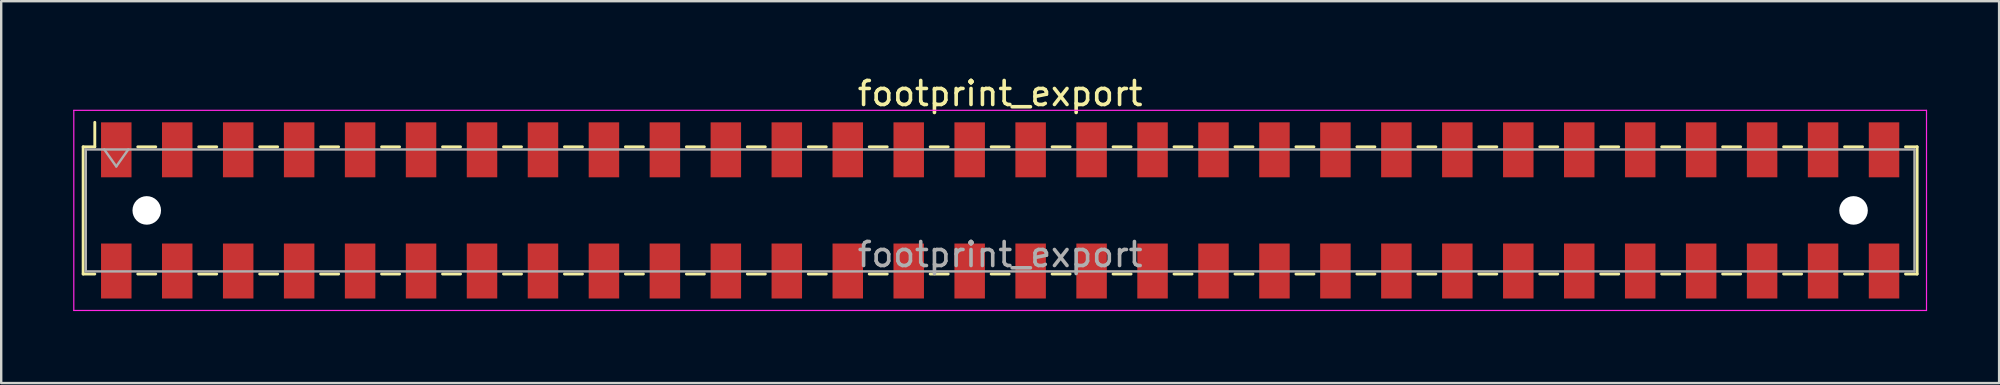
<source format=kicad_pcb>
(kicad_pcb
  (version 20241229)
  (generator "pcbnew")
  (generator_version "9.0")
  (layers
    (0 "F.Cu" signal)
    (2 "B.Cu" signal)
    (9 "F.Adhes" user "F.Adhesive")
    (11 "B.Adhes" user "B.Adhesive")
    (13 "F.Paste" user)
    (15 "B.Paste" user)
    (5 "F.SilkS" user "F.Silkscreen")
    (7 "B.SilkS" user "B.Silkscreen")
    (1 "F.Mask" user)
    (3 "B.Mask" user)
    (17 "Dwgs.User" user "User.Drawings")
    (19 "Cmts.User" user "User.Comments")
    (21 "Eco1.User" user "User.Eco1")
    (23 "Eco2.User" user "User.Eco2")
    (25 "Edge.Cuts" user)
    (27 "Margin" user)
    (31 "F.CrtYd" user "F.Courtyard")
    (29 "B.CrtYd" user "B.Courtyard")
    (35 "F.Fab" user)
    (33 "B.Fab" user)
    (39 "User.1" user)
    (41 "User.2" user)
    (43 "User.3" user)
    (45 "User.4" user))
  (footprint "footprint_export"
    (layer "F.Cu")
    (at 38.625 5.718)
    (property "Reference" "footprint_export" (at 0 -4.87 0) (layer "F.SilkS") (effects (font (size 1 1) (thickness 0.15))))
    (attr smd)
    (fp_line (start -38.21 -2.65) (end -38.21 2.65) (stroke (width 0.12) (type solid)) (layer "F.SilkS"))
    (fp_line (start -38.21 2.65) (end -37.725 2.65) (stroke (width 0.12) (type solid)) (layer "F.SilkS"))
    (fp_line (start -37.725 -3.67) (end -37.725 -2.65) (stroke (width 0.12) (type solid)) (layer "F.SilkS"))
    (fp_line (start -37.725 -2.65) (end -38.21 -2.65) (stroke (width 0.12) (type solid)) (layer "F.SilkS"))
    (fp_line (start -35.935 -2.65) (end -35.185 -2.65) (stroke (width 0.12) (type solid)) (layer "F.SilkS"))
    (fp_line (start -35.935 2.65) (end -35.185 2.65) (stroke (width 0.12) (type solid)) (layer "F.SilkS"))
    (fp_line (start -33.395 -2.65) (end -32.645 -2.65) (stroke (width 0.12) (type solid)) (layer "F.SilkS"))
    (fp_line (start -33.395 2.65) (end -32.645 2.65) (stroke (width 0.12) (type solid)) (layer "F.SilkS"))
    (fp_line (start -30.855 -2.65) (end -30.105 -2.65) (stroke (width 0.12) (type solid)) (layer "F.SilkS"))
    (fp_line (start -30.855 2.65) (end -30.105 2.65) (stroke (width 0.12) (type solid)) (layer "F.SilkS"))
    (fp_line (start -28.315 -2.65) (end -27.565 -2.65) (stroke (width 0.12) (type solid)) (layer "F.SilkS"))
    (fp_line (start -28.315 2.65) (end -27.565 2.65) (stroke (width 0.12) (type solid)) (layer "F.SilkS"))
    (fp_line (start -25.775 -2.65) (end -25.025 -2.65) (stroke (width 0.12) (type solid)) (layer "F.SilkS"))
    (fp_line (start -25.775 2.65) (end -25.025 2.65) (stroke (width 0.12) (type solid)) (layer "F.SilkS"))
    (fp_line (start -23.235 -2.65) (end -22.485 -2.65) (stroke (width 0.12) (type solid)) (layer "F.SilkS"))
    (fp_line (start -23.235 2.65) (end -22.485 2.65) (stroke (width 0.12) (type solid)) (layer "F.SilkS"))
    (fp_line (start -20.695 -2.65) (end -19.945 -2.65) (stroke (width 0.12) (type solid)) (layer "F.SilkS"))
    (fp_line (start -20.695 2.65) (end -19.945 2.65) (stroke (width 0.12) (type solid)) (layer "F.SilkS"))
    (fp_line (start -18.155 -2.65) (end -17.405 -2.65) (stroke (width 0.12) (type solid)) (layer "F.SilkS"))
    (fp_line (start -18.155 2.65) (end -17.405 2.65) (stroke (width 0.12) (type solid)) (layer "F.SilkS"))
    (fp_line (start -15.615 -2.65) (end -14.865 -2.65) (stroke (width 0.12) (type solid)) (layer "F.SilkS"))
    (fp_line (start -15.615 2.65) (end -14.865 2.65) (stroke (width 0.12) (type solid)) (layer "F.SilkS"))
    (fp_line (start -13.075 -2.65) (end -12.325 -2.65) (stroke (width 0.12) (type solid)) (layer "F.SilkS"))
    (fp_line (start -13.075 2.65) (end -12.325 2.65) (stroke (width 0.12) (type solid)) (layer "F.SilkS"))
    (fp_line (start -10.535 -2.65) (end -9.785 -2.65) (stroke (width 0.12) (type solid)) (layer "F.SilkS"))
    (fp_line (start -10.535 2.65) (end -9.785 2.65) (stroke (width 0.12) (type solid)) (layer "F.SilkS"))
    (fp_line (start -7.995 -2.65) (end -7.245 -2.65) (stroke (width 0.12) (type solid)) (layer "F.SilkS"))
    (fp_line (start -7.995 2.65) (end -7.245 2.65) (stroke (width 0.12) (type solid)) (layer "F.SilkS"))
    (fp_line (start -5.455 -2.65) (end -4.705 -2.65) (stroke (width 0.12) (type solid)) (layer "F.SilkS"))
    (fp_line (start -5.455 2.65) (end -4.705 2.65) (stroke (width 0.12) (type solid)) (layer "F.SilkS"))
    (fp_line (start -2.915 -2.65) (end -2.165 -2.65) (stroke (width 0.12) (type solid)) (layer "F.SilkS"))
    (fp_line (start -2.915 2.65) (end -2.165 2.65) (stroke (width 0.12) (type solid)) (layer "F.SilkS"))
    (fp_line (start -0.375 -2.65) (end 0.375 -2.65) (stroke (width 0.12) (type solid)) (layer "F.SilkS"))
    (fp_line (start -0.375 2.65) (end 0.375 2.65) (stroke (width 0.12) (type solid)) (layer "F.SilkS"))
    (fp_line (start 2.165 -2.65) (end 2.915 -2.65) (stroke (width 0.12) (type solid)) (layer "F.SilkS"))
    (fp_line (start 2.165 2.65) (end 2.915 2.65) (stroke (width 0.12) (type solid)) (layer "F.SilkS"))
    (fp_line (start 4.705 -2.65) (end 5.455 -2.65) (stroke (width 0.12) (type solid)) (layer "F.SilkS"))
    (fp_line (start 4.705 2.65) (end 5.455 2.65) (stroke (width 0.12) (type solid)) (layer "F.SilkS"))
    (fp_line (start 7.245 -2.65) (end 7.995 -2.65) (stroke (width 0.12) (type solid)) (layer "F.SilkS"))
    (fp_line (start 7.245 2.65) (end 7.995 2.65) (stroke (width 0.12) (type solid)) (layer "F.SilkS"))
    (fp_line (start 9.785 -2.65) (end 10.535 -2.65) (stroke (width 0.12) (type solid)) (layer "F.SilkS"))
    (fp_line (start 9.785 2.65) (end 10.535 2.65) (stroke (width 0.12) (type solid)) (layer "F.SilkS"))
    (fp_line (start 12.325 -2.65) (end 13.075 -2.65) (stroke (width 0.12) (type solid)) (layer "F.SilkS"))
    (fp_line (start 12.325 2.65) (end 13.075 2.65) (stroke (width 0.12) (type solid)) (layer "F.SilkS"))
    (fp_line (start 14.865 -2.65) (end 15.615 -2.65) (stroke (width 0.12) (type solid)) (layer "F.SilkS"))
    (fp_line (start 14.865 2.65) (end 15.615 2.65) (stroke (width 0.12) (type solid)) (layer "F.SilkS"))
    (fp_line (start 17.405 -2.65) (end 18.155 -2.65) (stroke (width 0.12) (type solid)) (layer "F.SilkS"))
    (fp_line (start 17.405 2.65) (end 18.155 2.65) (stroke (width 0.12) (type solid)) (layer "F.SilkS"))
    (fp_line (start 19.945 -2.65) (end 20.695 -2.65) (stroke (width 0.12) (type solid)) (layer "F.SilkS"))
    (fp_line (start 19.945 2.65) (end 20.695 2.65) (stroke (width 0.12) (type solid)) (layer "F.SilkS"))
    (fp_line (start 22.485 -2.65) (end 23.235 -2.65) (stroke (width 0.12) (type solid)) (layer "F.SilkS"))
    (fp_line (start 22.485 2.65) (end 23.235 2.65) (stroke (width 0.12) (type solid)) (layer "F.SilkS"))
    (fp_line (start 25.025 -2.65) (end 25.775 -2.65) (stroke (width 0.12) (type solid)) (layer "F.SilkS"))
    (fp_line (start 25.025 2.65) (end 25.775 2.65) (stroke (width 0.12) (type solid)) (layer "F.SilkS"))
    (fp_line (start 27.565 -2.65) (end 28.315 -2.65) (stroke (width 0.12) (type solid)) (layer "F.SilkS"))
    (fp_line (start 27.565 2.65) (end 28.315 2.65) (stroke (width 0.12) (type solid)) (layer "F.SilkS"))
    (fp_line (start 30.105 -2.65) (end 30.855 -2.65) (stroke (width 0.12) (type solid)) (layer "F.SilkS"))
    (fp_line (start 30.105 2.65) (end 30.855 2.65) (stroke (width 0.12) (type solid)) (layer "F.SilkS"))
    (fp_line (start 32.645 -2.65) (end 33.395 -2.65) (stroke (width 0.12) (type solid)) (layer "F.SilkS"))
    (fp_line (start 32.645 2.65) (end 33.395 2.65) (stroke (width 0.12) (type solid)) (layer "F.SilkS"))
    (fp_line (start 35.185 -2.65) (end 35.935 -2.65) (stroke (width 0.12) (type solid)) (layer "F.SilkS"))
    (fp_line (start 35.185 2.65) (end 35.935 2.65) (stroke (width 0.12) (type solid)) (layer "F.SilkS"))
    (fp_line (start 37.725 -2.65) (end 38.21 -2.65) (stroke (width 0.12) (type solid)) (layer "F.SilkS"))
    (fp_line (start 38.21 -2.65) (end 38.21 2.65) (stroke (width 0.12) (type solid)) (layer "F.SilkS"))
    (fp_line (start 38.21 2.65) (end 37.725 2.65) (stroke (width 0.12) (type solid)) (layer "F.SilkS"))
    (fp_line (start -38.6 -4.17) (end 38.6 -4.17) (stroke (width 0.05) (type solid)) (layer "F.CrtYd"))
    (fp_line (start -38.6 4.17) (end -38.6 -4.17) (stroke (width 0.05) (type solid)) (layer "F.CrtYd"))
    (fp_line (start 38.6 -4.17) (end 38.6 4.17) (stroke (width 0.05) (type solid)) (layer "F.CrtYd"))
    (fp_line (start 38.6 4.17) (end -38.6 4.17) (stroke (width 0.05) (type solid)) (layer "F.CrtYd"))
    (fp_line (start -38.1 -2.54) (end 38.1 -2.54) (stroke (width 0.1) (type solid)) (layer "F.Fab"))
    (fp_line (start -38.1 2.54) (end -38.1 -2.54) (stroke (width 0.1) (type solid)) (layer "F.Fab"))
    (fp_line (start -37.33 -2.54) (end -36.83 -1.833) (stroke (width 0.1) (type solid)) (layer "F.Fab"))
    (fp_line (start -36.83 -1.833) (end -36.33 -2.54) (stroke (width 0.1) (type solid)) (layer "F.Fab"))
    (fp_line (start 38.1 -2.54) (end 38.1 2.54) (stroke (width 0.1) (type solid)) (layer "F.Fab"))
    (fp_line (start 38.1 2.54) (end -38.1 2.54) (stroke (width 0.1) (type solid)) (layer "F.Fab"))
    (fp_text user "${REFERENCE}" (at 0 1.84 0) (layer "F.Fab") (effects (font (size 1 1) (thickness 0.15))))
    (pad "" np_thru_hole circle (at -35.56 0) (size 1.19 1.19) (drill 1.19) (layers "*.Cu" "*.Mask"))
    (pad "" np_thru_hole circle (at 35.56 0) (size 1.19 1.19) (drill 1.19) (layers "*.Cu" "*.Mask"))
    (pad "1" smd rect (at -36.83 -2.525) (size 1.27 2.29) (layers "F.Cu" "F.Mask" "F.Paste"))
    (pad "2" smd rect (at -36.83 2.525) (size 1.27 2.29) (layers "F.Cu" "F.Mask" "F.Paste"))
    (pad "3" smd rect (at -34.29 -2.525) (size 1.27 2.29) (layers "F.Cu" "F.Mask" "F.Paste"))
    (pad "4" smd rect (at -34.29 2.525) (size 1.27 2.29) (layers "F.Cu" "F.Mask" "F.Paste"))
    (pad "5" smd rect (at -31.75 -2.525) (size 1.27 2.29) (layers "F.Cu" "F.Mask" "F.Paste"))
    (pad "6" smd rect (at -31.75 2.525) (size 1.27 2.29) (layers "F.Cu" "F.Mask" "F.Paste"))
    (pad "7" smd rect (at -29.21 -2.525) (size 1.27 2.29) (layers "F.Cu" "F.Mask" "F.Paste"))
    (pad "8" smd rect (at -29.21 2.525) (size 1.27 2.29) (layers "F.Cu" "F.Mask" "F.Paste"))
    (pad "9" smd rect (at -26.67 -2.525) (size 1.27 2.29) (layers "F.Cu" "F.Mask" "F.Paste"))
    (pad "10" smd rect (at -26.67 2.525) (size 1.27 2.29) (layers "F.Cu" "F.Mask" "F.Paste"))
    (pad "11" smd rect (at -24.13 -2.525) (size 1.27 2.29) (layers "F.Cu" "F.Mask" "F.Paste"))
    (pad "12" smd rect (at -24.13 2.525) (size 1.27 2.29) (layers "F.Cu" "F.Mask" "F.Paste"))
    (pad "13" smd rect (at -21.59 -2.525) (size 1.27 2.29) (layers "F.Cu" "F.Mask" "F.Paste"))
    (pad "14" smd rect (at -21.59 2.525) (size 1.27 2.29) (layers "F.Cu" "F.Mask" "F.Paste"))
    (pad "15" smd rect (at -19.05 -2.525) (size 1.27 2.29) (layers "F.Cu" "F.Mask" "F.Paste"))
    (pad "16" smd rect (at -19.05 2.525) (size 1.27 2.29) (layers "F.Cu" "F.Mask" "F.Paste"))
    (pad "17" smd rect (at -16.51 -2.525) (size 1.27 2.29) (layers "F.Cu" "F.Mask" "F.Paste"))
    (pad "18" smd rect (at -16.51 2.525) (size 1.27 2.29) (layers "F.Cu" "F.Mask" "F.Paste"))
    (pad "19" smd rect (at -13.97 -2.525) (size 1.27 2.29) (layers "F.Cu" "F.Mask" "F.Paste"))
    (pad "20" smd rect (at -13.97 2.525) (size 1.27 2.29) (layers "F.Cu" "F.Mask" "F.Paste"))
    (pad "21" smd rect (at -11.43 -2.525) (size 1.27 2.29) (layers "F.Cu" "F.Mask" "F.Paste"))
    (pad "22" smd rect (at -11.43 2.525) (size 1.27 2.29) (layers "F.Cu" "F.Mask" "F.Paste"))
    (pad "23" smd rect (at -8.89 -2.525) (size 1.27 2.29) (layers "F.Cu" "F.Mask" "F.Paste"))
    (pad "24" smd rect (at -8.89 2.525) (size 1.27 2.29) (layers "F.Cu" "F.Mask" "F.Paste"))
    (pad "25" smd rect (at -6.35 -2.525) (size 1.27 2.29) (layers "F.Cu" "F.Mask" "F.Paste"))
    (pad "26" smd rect (at -6.35 2.525) (size 1.27 2.29) (layers "F.Cu" "F.Mask" "F.Paste"))
    (pad "27" smd rect (at -3.81 -2.525) (size 1.27 2.29) (layers "F.Cu" "F.Mask" "F.Paste"))
    (pad "28" smd rect (at -3.81 2.525) (size 1.27 2.29) (layers "F.Cu" "F.Mask" "F.Paste"))
    (pad "29" smd rect (at -1.27 -2.525) (size 1.27 2.29) (layers "F.Cu" "F.Mask" "F.Paste"))
    (pad "30" smd rect (at -1.27 2.525) (size 1.27 2.29) (layers "F.Cu" "F.Mask" "F.Paste"))
    (pad "31" smd rect (at 1.27 -2.525) (size 1.27 2.29) (layers "F.Cu" "F.Mask" "F.Paste"))
    (pad "32" smd rect (at 1.27 2.525) (size 1.27 2.29) (layers "F.Cu" "F.Mask" "F.Paste"))
    (pad "33" smd rect (at 3.81 -2.525) (size 1.27 2.29) (layers "F.Cu" "F.Mask" "F.Paste"))
    (pad "34" smd rect (at 3.81 2.525) (size 1.27 2.29) (layers "F.Cu" "F.Mask" "F.Paste"))
    (pad "35" smd rect (at 6.35 -2.525) (size 1.27 2.29) (layers "F.Cu" "F.Mask" "F.Paste"))
    (pad "36" smd rect (at 6.35 2.525) (size 1.27 2.29) (layers "F.Cu" "F.Mask" "F.Paste"))
    (pad "37" smd rect (at 8.89 -2.525) (size 1.27 2.29) (layers "F.Cu" "F.Mask" "F.Paste"))
    (pad "38" smd rect (at 8.89 2.525) (size 1.27 2.29) (layers "F.Cu" "F.Mask" "F.Paste"))
    (pad "39" smd rect (at 11.43 -2.525) (size 1.27 2.29) (layers "F.Cu" "F.Mask" "F.Paste"))
    (pad "40" smd rect (at 11.43 2.525) (size 1.27 2.29) (layers "F.Cu" "F.Mask" "F.Paste"))
    (pad "41" smd rect (at 13.97 -2.525) (size 1.27 2.29) (layers "F.Cu" "F.Mask" "F.Paste"))
    (pad "42" smd rect (at 13.97 2.525) (size 1.27 2.29) (layers "F.Cu" "F.Mask" "F.Paste"))
    (pad "43" smd rect (at 16.51 -2.525) (size 1.27 2.29) (layers "F.Cu" "F.Mask" "F.Paste"))
    (pad "44" smd rect (at 16.51 2.525) (size 1.27 2.29) (layers "F.Cu" "F.Mask" "F.Paste"))
    (pad "45" smd rect (at 19.05 -2.525) (size 1.27 2.29) (layers "F.Cu" "F.Mask" "F.Paste"))
    (pad "46" smd rect (at 19.05 2.525) (size 1.27 2.29) (layers "F.Cu" "F.Mask" "F.Paste"))
    (pad "47" smd rect (at 21.59 -2.525) (size 1.27 2.29) (layers "F.Cu" "F.Mask" "F.Paste"))
    (pad "48" smd rect (at 21.59 2.525) (size 1.27 2.29) (layers "F.Cu" "F.Mask" "F.Paste"))
    (pad "49" smd rect (at 24.13 -2.525) (size 1.27 2.29) (layers "F.Cu" "F.Mask" "F.Paste"))
    (pad "50" smd rect (at 24.13 2.525) (size 1.27 2.29) (layers "F.Cu" "F.Mask" "F.Paste"))
    (pad "51" smd rect (at 26.67 -2.525) (size 1.27 2.29) (layers "F.Cu" "F.Mask" "F.Paste"))
    (pad "52" smd rect (at 26.67 2.525) (size 1.27 2.29) (layers "F.Cu" "F.Mask" "F.Paste"))
    (pad "53" smd rect (at 29.21 -2.525) (size 1.27 2.29) (layers "F.Cu" "F.Mask" "F.Paste"))
    (pad "54" smd rect (at 29.21 2.525) (size 1.27 2.29) (layers "F.Cu" "F.Mask" "F.Paste"))
    (pad "55" smd rect (at 31.75 -2.525) (size 1.27 2.29) (layers "F.Cu" "F.Mask" "F.Paste"))
    (pad "56" smd rect (at 31.75 2.525) (size 1.27 2.29) (layers "F.Cu" "F.Mask" "F.Paste"))
    (pad "57" smd rect (at 34.29 -2.525) (size 1.27 2.29) (layers "F.Cu" "F.Mask" "F.Paste"))
    (pad "58" smd rect (at 34.29 2.525) (size 1.27 2.29) (layers "F.Cu" "F.Mask" "F.Paste"))
    (pad "59" smd rect (at 36.83 -2.525) (size 1.27 2.29) (layers "F.Cu" "F.Mask" "F.Paste"))
    (pad "60" smd rect (at 36.83 2.525) (size 1.27 2.29) (layers "F.Cu" "F.Mask" "F.Paste")))
  (gr_rect
    (start -3 -3)
    (end 80.25 12.913)
    (stroke (width 0.1) (type default))
    (fill no)
    (layer "Edge.Cuts")))
</source>
